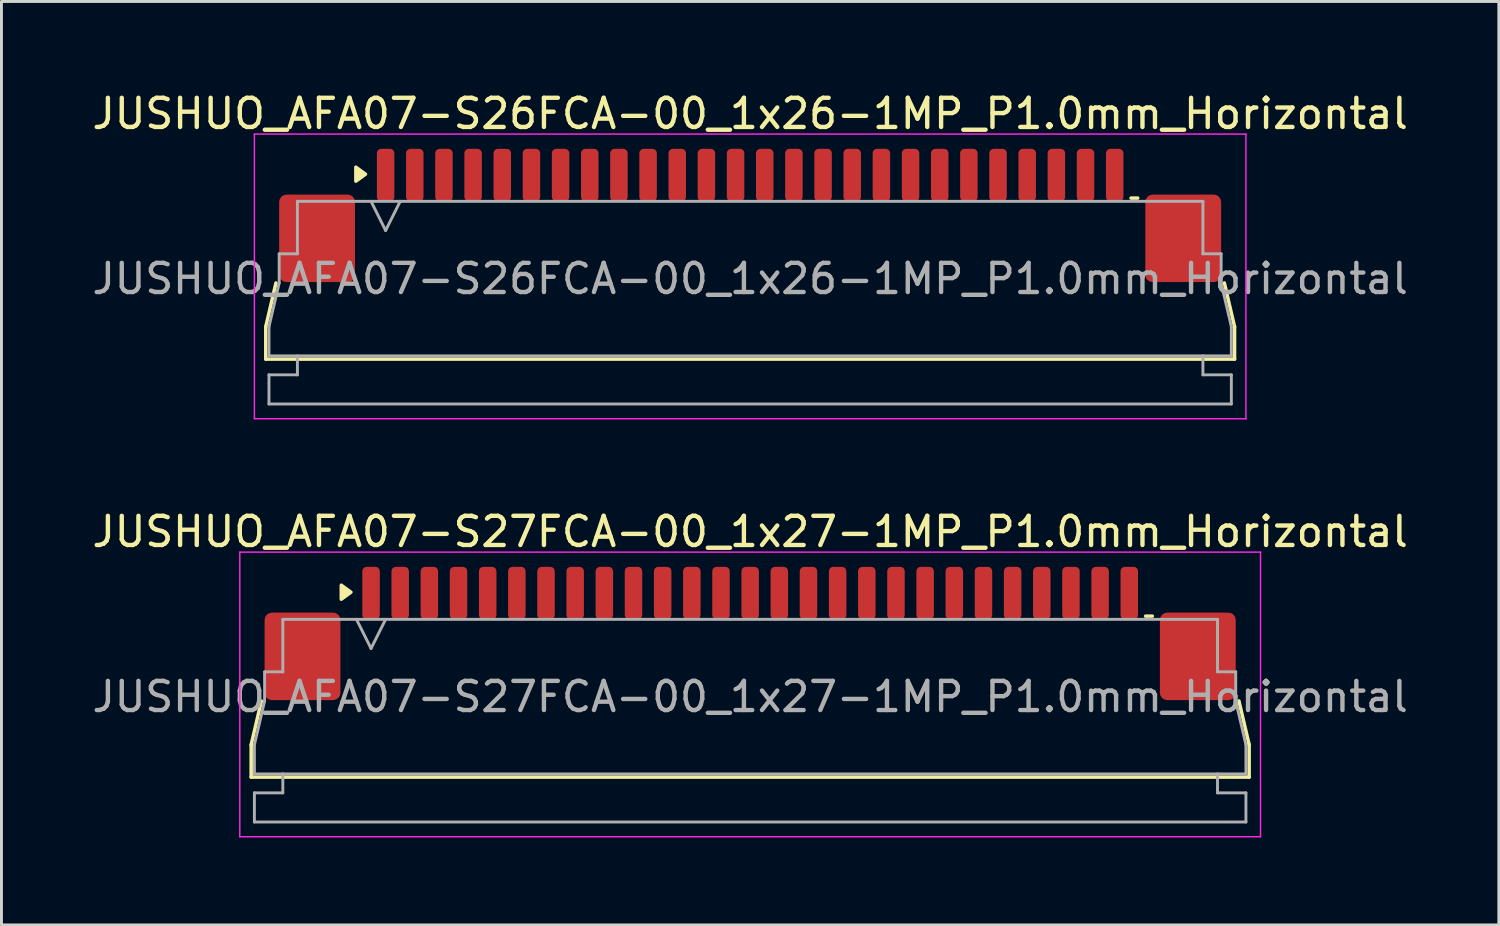
<source format=kicad_pcb>
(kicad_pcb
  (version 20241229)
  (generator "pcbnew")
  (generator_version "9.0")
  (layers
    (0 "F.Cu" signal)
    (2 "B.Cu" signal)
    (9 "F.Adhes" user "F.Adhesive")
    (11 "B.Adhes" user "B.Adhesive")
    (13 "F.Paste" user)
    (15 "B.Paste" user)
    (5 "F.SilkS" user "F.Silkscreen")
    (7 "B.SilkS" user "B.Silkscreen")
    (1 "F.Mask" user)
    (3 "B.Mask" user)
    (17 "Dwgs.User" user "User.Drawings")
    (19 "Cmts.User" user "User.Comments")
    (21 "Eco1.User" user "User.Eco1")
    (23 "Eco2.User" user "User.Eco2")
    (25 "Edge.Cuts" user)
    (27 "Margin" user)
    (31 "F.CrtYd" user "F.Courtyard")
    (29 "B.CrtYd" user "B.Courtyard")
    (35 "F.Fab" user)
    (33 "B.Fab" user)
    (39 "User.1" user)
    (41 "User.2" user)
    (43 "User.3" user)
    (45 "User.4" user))
  (footprint "JUSHUO_AFA07-S27FCA-00_1x27-1MP_P1.0mm_Horizontal"
    (layer "F.Cu")
    (at 22.673 20.662)
    (property "Reference" "JUSHUO_AFA07-S27FCA-00_1x27-1MP_P1.0mm_Horizontal" (at 0 -5.48 0) (layer "F.SilkS") (effects (font (size 1 1) (thickness 0.15))))
    (attr smd)
    (fp_line (start -17.11 1.825) (end -16.76 0.325) (stroke (width 0.12) (type solid)) (layer "F.SilkS"))
    (fp_line (start -17.11 2.935) (end -17.11 1.825) (stroke (width 0.12) (type solid)) (layer "F.SilkS"))
    (fp_line (start 13.56 -2.585) (end 13.79 -2.585) (stroke (width 0.12) (type solid)) (layer "F.SilkS"))
    (fp_line (start 16.76 0.325) (end 17.11 1.825) (stroke (width 0.12) (type solid)) (layer "F.SilkS"))
    (fp_line (start 17.11 1.825) (end 17.11 2.935) (stroke (width 0.12) (type solid)) (layer "F.SilkS"))
    (fp_line (start 17.11 2.935) (end -17.11 2.935) (stroke (width 0.12) (type solid)) (layer "F.SilkS"))
    (fp_poly (pts (xy -13.69 -3.405) (xy -14.02 -3.165) (xy -14.02 -3.645)) (stroke (width 0.12) (type solid)) (fill yes) (layer "F.SilkS"))
    (fp_line (start -17.5 -4.78) (end -17.5 4.98) (stroke (width 0.05) (type solid)) (layer "F.CrtYd"))
    (fp_line (start -17.5 4.98) (end 17.5 4.98) (stroke (width 0.05) (type solid)) (layer "F.CrtYd"))
    (fp_line (start 17.5 -4.78) (end -17.5 -4.78) (stroke (width 0.05) (type solid)) (layer "F.CrtYd"))
    (fp_line (start 17.5 4.98) (end 17.5 -4.78) (stroke (width 0.05) (type solid)) (layer "F.CrtYd"))
    (fp_line (start -17 1.825) (end -16.65 0.325) (stroke (width 0.1) (type solid)) (layer "F.Fab"))
    (fp_line (start -17 2.825) (end -17 1.825) (stroke (width 0.1) (type solid)) (layer "F.Fab"))
    (fp_line (start -17 3.475) (end -16.025 3.475) (stroke (width 0.1) (type solid)) (layer "F.Fab"))
    (fp_line (start -17 4.475) (end -17 3.475) (stroke (width 0.1) (type solid)) (layer "F.Fab"))
    (fp_line (start -16.65 -0.675) (end -16.025 -0.675) (stroke (width 0.1) (type solid)) (layer "F.Fab"))
    (fp_line (start -16.65 0.325) (end -16.65 -0.675) (stroke (width 0.1) (type solid)) (layer "F.Fab"))
    (fp_line (start -16.025 -2.475) (end 16.025 -2.475) (stroke (width 0.1) (type solid)) (layer "F.Fab"))
    (fp_line (start -16.025 -0.675) (end -16.025 -2.475) (stroke (width 0.1) (type solid)) (layer "F.Fab"))
    (fp_line (start -16.025 3.475) (end -16.025 2.825) (stroke (width 0.1) (type solid)) (layer "F.Fab"))
    (fp_line (start -13.5 -2.475) (end -13 -1.475) (stroke (width 0.1) (type solid)) (layer "F.Fab"))
    (fp_line (start -13 -1.475) (end -12.5 -2.475) (stroke (width 0.1) (type solid)) (layer "F.Fab"))
    (fp_line (start 16.025 -2.475) (end 16.025 -0.675) (stroke (width 0.1) (type solid)) (layer "F.Fab"))
    (fp_line (start 16.025 -0.675) (end 16.65 -0.675) (stroke (width 0.1) (type solid)) (layer "F.Fab"))
    (fp_line (start 16.025 2.825) (end 16.025 3.475) (stroke (width 0.1) (type solid)) (layer "F.Fab"))
    (fp_line (start 16.025 3.475) (end 17 3.475) (stroke (width 0.1) (type solid)) (layer "F.Fab"))
    (fp_line (start 16.65 -0.675) (end 16.65 0.325) (stroke (width 0.1) (type solid)) (layer "F.Fab"))
    (fp_line (start 16.65 0.325) (end 17 1.825) (stroke (width 0.1) (type solid)) (layer "F.Fab"))
    (fp_line (start 17 1.825) (end 17 2.825) (stroke (width 0.1) (type solid)) (layer "F.Fab"))
    (fp_line (start 17 2.825) (end -17 2.825) (stroke (width 0.1) (type solid)) (layer "F.Fab"))
    (fp_line (start 17 3.475) (end 17 4.475) (stroke (width 0.1) (type solid)) (layer "F.Fab"))
    (fp_line (start 17 4.475) (end -17 4.475) (stroke (width 0.1) (type solid)) (layer "F.Fab"))
    (fp_text user "${REFERENCE}" (at 0 0.18 0) (layer "F.Fab") (effects (font (size 1 1) (thickness 0.15))))
    (pad "1" smd roundrect (at -13 -3.375) (size 0.6 1.8) (layers "F.Cu" "F.Mask" "F.Paste") (roundrect_rratio 0.25))
    (pad "2" smd roundrect (at -12 -3.375) (size 0.6 1.8) (layers "F.Cu" "F.Mask" "F.Paste") (roundrect_rratio 0.25))
    (pad "3" smd roundrect (at -11 -3.375) (size 0.6 1.8) (layers "F.Cu" "F.Mask" "F.Paste") (roundrect_rratio 0.25))
    (pad "4" smd roundrect (at -10 -3.375) (size 0.6 1.8) (layers "F.Cu" "F.Mask" "F.Paste") (roundrect_rratio 0.25))
    (pad "5" smd roundrect (at -9 -3.375) (size 0.6 1.8) (layers "F.Cu" "F.Mask" "F.Paste") (roundrect_rratio 0.25))
    (pad "6" smd roundrect (at -8 -3.375) (size 0.6 1.8) (layers "F.Cu" "F.Mask" "F.Paste") (roundrect_rratio 0.25))
    (pad "7" smd roundrect (at -7 -3.375) (size 0.6 1.8) (layers "F.Cu" "F.Mask" "F.Paste") (roundrect_rratio 0.25))
    (pad "8" smd roundrect (at -6 -3.375) (size 0.6 1.8) (layers "F.Cu" "F.Mask" "F.Paste") (roundrect_rratio 0.25))
    (pad "9" smd roundrect (at -5 -3.375) (size 0.6 1.8) (layers "F.Cu" "F.Mask" "F.Paste") (roundrect_rratio 0.25))
    (pad "10" smd roundrect (at -4 -3.375) (size 0.6 1.8) (layers "F.Cu" "F.Mask" "F.Paste") (roundrect_rratio 0.25))
    (pad "11" smd roundrect (at -3 -3.375) (size 0.6 1.8) (layers "F.Cu" "F.Mask" "F.Paste") (roundrect_rratio 0.25))
    (pad "12" smd roundrect (at -2 -3.375) (size 0.6 1.8) (layers "F.Cu" "F.Mask" "F.Paste") (roundrect_rratio 0.25))
    (pad "13" smd roundrect (at -1 -3.375) (size 0.6 1.8) (layers "F.Cu" "F.Mask" "F.Paste") (roundrect_rratio 0.25))
    (pad "14" smd roundrect (at 0 -3.375) (size 0.6 1.8) (layers "F.Cu" "F.Mask" "F.Paste") (roundrect_rratio 0.25))
    (pad "15" smd roundrect (at 1 -3.375) (size 0.6 1.8) (layers "F.Cu" "F.Mask" "F.Paste") (roundrect_rratio 0.25))
    (pad "16" smd roundrect (at 2 -3.375) (size 0.6 1.8) (layers "F.Cu" "F.Mask" "F.Paste") (roundrect_rratio 0.25))
    (pad "17" smd roundrect (at 3 -3.375) (size 0.6 1.8) (layers "F.Cu" "F.Mask" "F.Paste") (roundrect_rratio 0.25))
    (pad "18" smd roundrect (at 4 -3.375) (size 0.6 1.8) (layers "F.Cu" "F.Mask" "F.Paste") (roundrect_rratio 0.25))
    (pad "19" smd roundrect (at 5 -3.375) (size 0.6 1.8) (layers "F.Cu" "F.Mask" "F.Paste") (roundrect_rratio 0.25))
    (pad "20" smd roundrect (at 6 -3.375) (size 0.6 1.8) (layers "F.Cu" "F.Mask" "F.Paste") (roundrect_rratio 0.25))
    (pad "21" smd roundrect (at 7 -3.375) (size 0.6 1.8) (layers "F.Cu" "F.Mask" "F.Paste") (roundrect_rratio 0.25))
    (pad "22" smd roundrect (at 8 -3.375) (size 0.6 1.8) (layers "F.Cu" "F.Mask" "F.Paste") (roundrect_rratio 0.25))
    (pad "23" smd roundrect (at 9 -3.375) (size 0.6 1.8) (layers "F.Cu" "F.Mask" "F.Paste") (roundrect_rratio 0.25))
    (pad "24" smd roundrect (at 10 -3.375) (size 0.6 1.8) (layers "F.Cu" "F.Mask" "F.Paste") (roundrect_rratio 0.25))
    (pad "25" smd roundrect (at 11 -3.375) (size 0.6 1.8) (layers "F.Cu" "F.Mask" "F.Paste") (roundrect_rratio 0.25))
    (pad "26" smd roundrect (at 12 -3.375) (size 0.6 1.8) (layers "F.Cu" "F.Mask" "F.Paste") (roundrect_rratio 0.25))
    (pad "27" smd roundrect (at 13 -3.375) (size 0.6 1.8) (layers "F.Cu" "F.Mask" "F.Paste") (roundrect_rratio 0.25))
    (pad "MP" smd roundrect (at -15.35 -1.205) (size 2.6 3) (layers "F.Cu" "F.Mask" "F.Paste") (roundrect_rratio 0.096))
    (pad "MP" smd roundrect (at 15.35 -1.205) (size 2.6 3) (layers "F.Cu" "F.Mask" "F.Paste") (roundrect_rratio 0.096)))
  (footprint "JUSHUO_AFA07-S26FCA-00_1x26-1MP_P1.0mm_Horizontal"
    (layer "F.Cu")
    (at 22.673 6.328)
    (property "Reference" "JUSHUO_AFA07-S26FCA-00_1x26-1MP_P1.0mm_Horizontal" (at 0 -5.48 0) (layer "F.SilkS") (effects (font (size 1 1) (thickness 0.15))))
    (attr smd)
    (fp_line (start -16.61 1.825) (end -16.26 0.325) (stroke (width 0.12) (type solid)) (layer "F.SilkS"))
    (fp_line (start -16.61 2.935) (end -16.61 1.825) (stroke (width 0.12) (type solid)) (layer "F.SilkS"))
    (fp_line (start 13.06 -2.585) (end 13.29 -2.585) (stroke (width 0.12) (type solid)) (layer "F.SilkS"))
    (fp_line (start 16.26 0.325) (end 16.61 1.825) (stroke (width 0.12) (type solid)) (layer "F.SilkS"))
    (fp_line (start 16.61 1.825) (end 16.61 2.935) (stroke (width 0.12) (type solid)) (layer "F.SilkS"))
    (fp_line (start 16.61 2.935) (end -16.61 2.935) (stroke (width 0.12) (type solid)) (layer "F.SilkS"))
    (fp_poly (pts (xy -13.19 -3.405) (xy -13.52 -3.165) (xy -13.52 -3.645)) (stroke (width 0.12) (type solid)) (fill yes) (layer "F.SilkS"))
    (fp_line (start -17 -4.78) (end -17 4.98) (stroke (width 0.05) (type solid)) (layer "F.CrtYd"))
    (fp_line (start -17 4.98) (end 17 4.98) (stroke (width 0.05) (type solid)) (layer "F.CrtYd"))
    (fp_line (start 17 -4.78) (end -17 -4.78) (stroke (width 0.05) (type solid)) (layer "F.CrtYd"))
    (fp_line (start 17 4.98) (end 17 -4.78) (stroke (width 0.05) (type solid)) (layer "F.CrtYd"))
    (fp_line (start -16.5 1.825) (end -16.15 0.325) (stroke (width 0.1) (type solid)) (layer "F.Fab"))
    (fp_line (start -16.5 2.825) (end -16.5 1.825) (stroke (width 0.1) (type solid)) (layer "F.Fab"))
    (fp_line (start -16.5 3.475) (end -15.525 3.475) (stroke (width 0.1) (type solid)) (layer "F.Fab"))
    (fp_line (start -16.5 4.475) (end -16.5 3.475) (stroke (width 0.1) (type solid)) (layer "F.Fab"))
    (fp_line (start -16.15 -0.675) (end -15.525 -0.675) (stroke (width 0.1) (type solid)) (layer "F.Fab"))
    (fp_line (start -16.15 0.325) (end -16.15 -0.675) (stroke (width 0.1) (type solid)) (layer "F.Fab"))
    (fp_line (start -15.525 -2.475) (end 15.525 -2.475) (stroke (width 0.1) (type solid)) (layer "F.Fab"))
    (fp_line (start -15.525 -0.675) (end -15.525 -2.475) (stroke (width 0.1) (type solid)) (layer "F.Fab"))
    (fp_line (start -15.525 3.475) (end -15.525 2.825) (stroke (width 0.1) (type solid)) (layer "F.Fab"))
    (fp_line (start -13 -2.475) (end -12.5 -1.475) (stroke (width 0.1) (type solid)) (layer "F.Fab"))
    (fp_line (start -12.5 -1.475) (end -12 -2.475) (stroke (width 0.1) (type solid)) (layer "F.Fab"))
    (fp_line (start 15.525 -2.475) (end 15.525 -0.675) (stroke (width 0.1) (type solid)) (layer "F.Fab"))
    (fp_line (start 15.525 -0.675) (end 16.15 -0.675) (stroke (width 0.1) (type solid)) (layer "F.Fab"))
    (fp_line (start 15.525 2.825) (end 15.525 3.475) (stroke (width 0.1) (type solid)) (layer "F.Fab"))
    (fp_line (start 15.525 3.475) (end 16.5 3.475) (stroke (width 0.1) (type solid)) (layer "F.Fab"))
    (fp_line (start 16.15 -0.675) (end 16.15 0.325) (stroke (width 0.1) (type solid)) (layer "F.Fab"))
    (fp_line (start 16.15 0.325) (end 16.5 1.825) (stroke (width 0.1) (type solid)) (layer "F.Fab"))
    (fp_line (start 16.5 1.825) (end 16.5 2.825) (stroke (width 0.1) (type solid)) (layer "F.Fab"))
    (fp_line (start 16.5 2.825) (end -16.5 2.825) (stroke (width 0.1) (type solid)) (layer "F.Fab"))
    (fp_line (start 16.5 3.475) (end 16.5 4.475) (stroke (width 0.1) (type solid)) (layer "F.Fab"))
    (fp_line (start 16.5 4.475) (end -16.5 4.475) (stroke (width 0.1) (type solid)) (layer "F.Fab"))
    (fp_text user "${REFERENCE}" (at 0 0.18 0) (layer "F.Fab") (effects (font (size 1 1) (thickness 0.15))))
    (pad "1" smd roundrect (at -12.5 -3.375) (size 0.6 1.8) (layers "F.Cu" "F.Mask" "F.Paste") (roundrect_rratio 0.25))
    (pad "2" smd roundrect (at -11.5 -3.375) (size 0.6 1.8) (layers "F.Cu" "F.Mask" "F.Paste") (roundrect_rratio 0.25))
    (pad "3" smd roundrect (at -10.5 -3.375) (size 0.6 1.8) (layers "F.Cu" "F.Mask" "F.Paste") (roundrect_rratio 0.25))
    (pad "4" smd roundrect (at -9.5 -3.375) (size 0.6 1.8) (layers "F.Cu" "F.Mask" "F.Paste") (roundrect_rratio 0.25))
    (pad "5" smd roundrect (at -8.5 -3.375) (size 0.6 1.8) (layers "F.Cu" "F.Mask" "F.Paste") (roundrect_rratio 0.25))
    (pad "6" smd roundrect (at -7.5 -3.375) (size 0.6 1.8) (layers "F.Cu" "F.Mask" "F.Paste") (roundrect_rratio 0.25))
    (pad "7" smd roundrect (at -6.5 -3.375) (size 0.6 1.8) (layers "F.Cu" "F.Mask" "F.Paste") (roundrect_rratio 0.25))
    (pad "8" smd roundrect (at -5.5 -3.375) (size 0.6 1.8) (layers "F.Cu" "F.Mask" "F.Paste") (roundrect_rratio 0.25))
    (pad "9" smd roundrect (at -4.5 -3.375) (size 0.6 1.8) (layers "F.Cu" "F.Mask" "F.Paste") (roundrect_rratio 0.25))
    (pad "10" smd roundrect (at -3.5 -3.375) (size 0.6 1.8) (layers "F.Cu" "F.Mask" "F.Paste") (roundrect_rratio 0.25))
    (pad "11" smd roundrect (at -2.5 -3.375) (size 0.6 1.8) (layers "F.Cu" "F.Mask" "F.Paste") (roundrect_rratio 0.25))
    (pad "12" smd roundrect (at -1.5 -3.375) (size 0.6 1.8) (layers "F.Cu" "F.Mask" "F.Paste") (roundrect_rratio 0.25))
    (pad "13" smd roundrect (at -0.5 -3.375) (size 0.6 1.8) (layers "F.Cu" "F.Mask" "F.Paste") (roundrect_rratio 0.25))
    (pad "14" smd roundrect (at 0.5 -3.375) (size 0.6 1.8) (layers "F.Cu" "F.Mask" "F.Paste") (roundrect_rratio 0.25))
    (pad "15" smd roundrect (at 1.5 -3.375) (size 0.6 1.8) (layers "F.Cu" "F.Mask" "F.Paste") (roundrect_rratio 0.25))
    (pad "16" smd roundrect (at 2.5 -3.375) (size 0.6 1.8) (layers "F.Cu" "F.Mask" "F.Paste") (roundrect_rratio 0.25))
    (pad "17" smd roundrect (at 3.5 -3.375) (size 0.6 1.8) (layers "F.Cu" "F.Mask" "F.Paste") (roundrect_rratio 0.25))
    (pad "18" smd roundrect (at 4.5 -3.375) (size 0.6 1.8) (layers "F.Cu" "F.Mask" "F.Paste") (roundrect_rratio 0.25))
    (pad "19" smd roundrect (at 5.5 -3.375) (size 0.6 1.8) (layers "F.Cu" "F.Mask" "F.Paste") (roundrect_rratio 0.25))
    (pad "20" smd roundrect (at 6.5 -3.375) (size 0.6 1.8) (layers "F.Cu" "F.Mask" "F.Paste") (roundrect_rratio 0.25))
    (pad "21" smd roundrect (at 7.5 -3.375) (size 0.6 1.8) (layers "F.Cu" "F.Mask" "F.Paste") (roundrect_rratio 0.25))
    (pad "22" smd roundrect (at 8.5 -3.375) (size 0.6 1.8) (layers "F.Cu" "F.Mask" "F.Paste") (roundrect_rratio 0.25))
    (pad "23" smd roundrect (at 9.5 -3.375) (size 0.6 1.8) (layers "F.Cu" "F.Mask" "F.Paste") (roundrect_rratio 0.25))
    (pad "24" smd roundrect (at 10.5 -3.375) (size 0.6 1.8) (layers "F.Cu" "F.Mask" "F.Paste") (roundrect_rratio 0.25))
    (pad "25" smd roundrect (at 11.5 -3.375) (size 0.6 1.8) (layers "F.Cu" "F.Mask" "F.Paste") (roundrect_rratio 0.25))
    (pad "26" smd roundrect (at 12.5 -3.375) (size 0.6 1.8) (layers "F.Cu" "F.Mask" "F.Paste") (roundrect_rratio 0.25))
    (pad "MP" smd roundrect (at -14.85 -1.205) (size 2.6 3) (layers "F.Cu" "F.Mask" "F.Paste") (roundrect_rratio 0.096))
    (pad "MP" smd roundrect (at 14.85 -1.205) (size 2.6 3) (layers "F.Cu" "F.Mask" "F.Paste") (roundrect_rratio 0.096)))
  (gr_rect
    (start -3 -3)
    (end 48.345 28.666)
    (stroke (width 0.1) (type default))
    (fill no)
    (layer "Edge.Cuts")))
</source>
